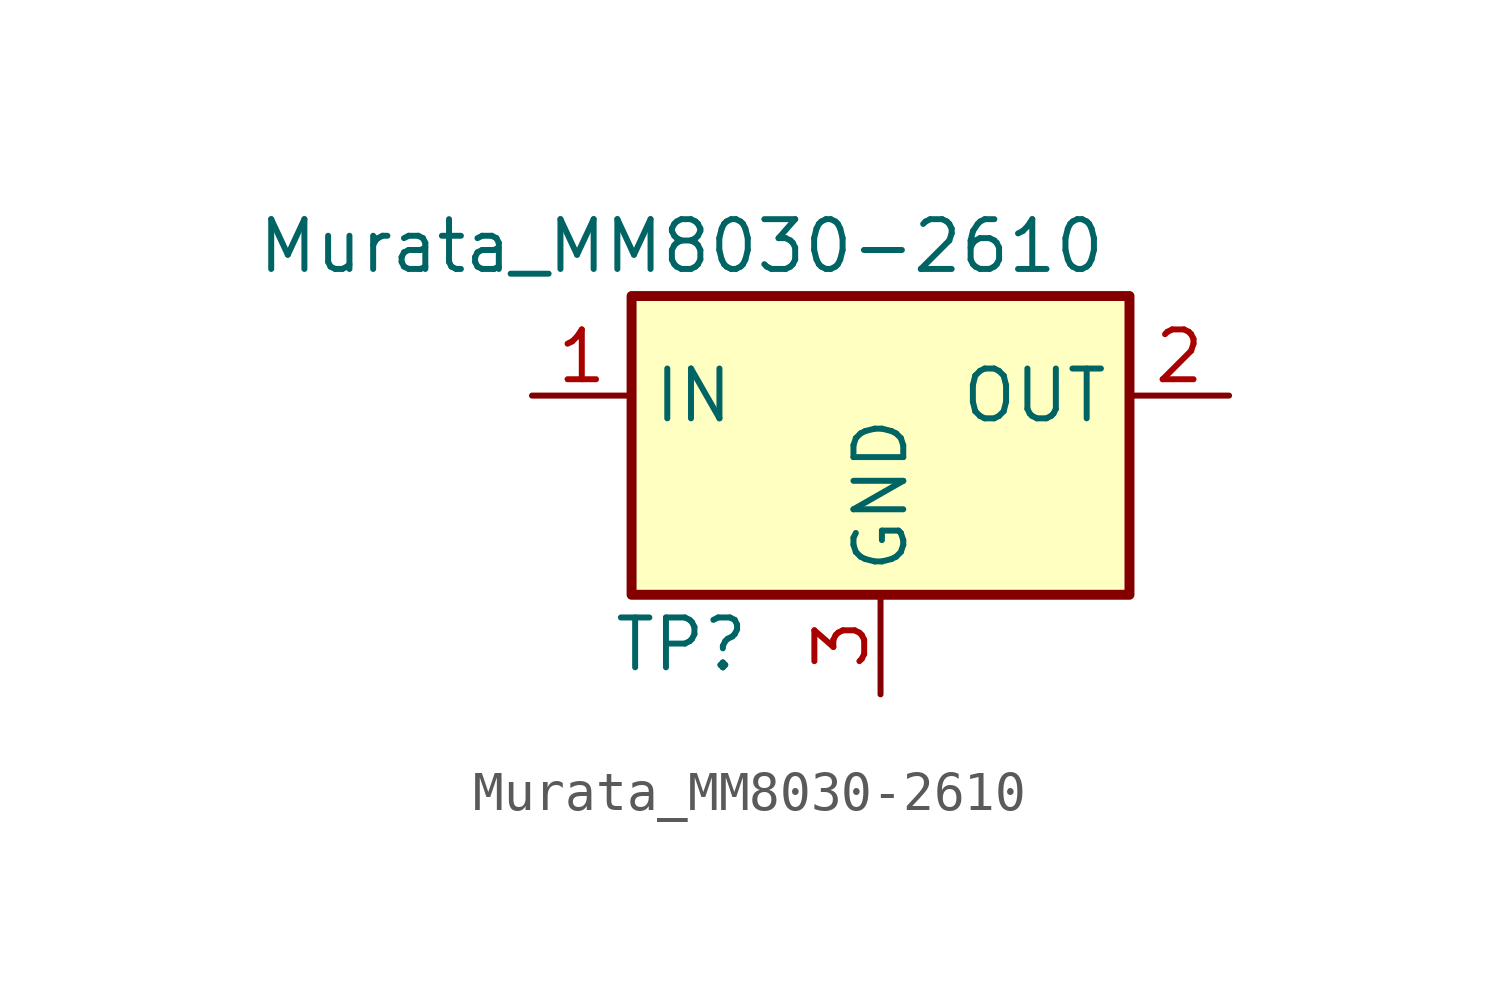
<source format=kicad_sym>
(kicad_symbol_lib
  (version 20231120)
  (generator "kicad_symbol_editor")
  (generator_version "8.0")
  (symbol "Murata_MM8030-2610"
    (property "Reference" "TP"
      (at -5.08 -5.08 0)
      (effects (font (size 1.27 1.27))))
    (property "Value" "Murata_MM8030-2610"
      (at -5.08 5.08 0)
      (effects (font (size 1.27 1.27))))
    (symbol "Murata_MM8030-2610_0_0"
      (pin input line (at -8.89 1.27 0) (length 2.54) (name "IN" (effects (font (size 1.27 1.27)))) (number "1" (effects (font (size 1.27 1.27)))))
      (pin output line (at 8.89 1.27 180) (length 2.54) (name "OUT" (effects (font (size 1.27 1.27)))) (number "2" (effects (font (size 1.27 1.27)))))
      (pin power_in line (at 0 -6.35 90) (length 2.54) (name "GND" (effects (font (size 1.27 1.27)))) (number "3" (effects (font (size 1.27 1.27))))))
    (symbol "Murata_MM8030-2610_1_1"
      (rectangle (start -6.35 3.81) (end 6.35 -3.81) (stroke (width 0.254) (type default)) (fill (type background))))))
</source>
